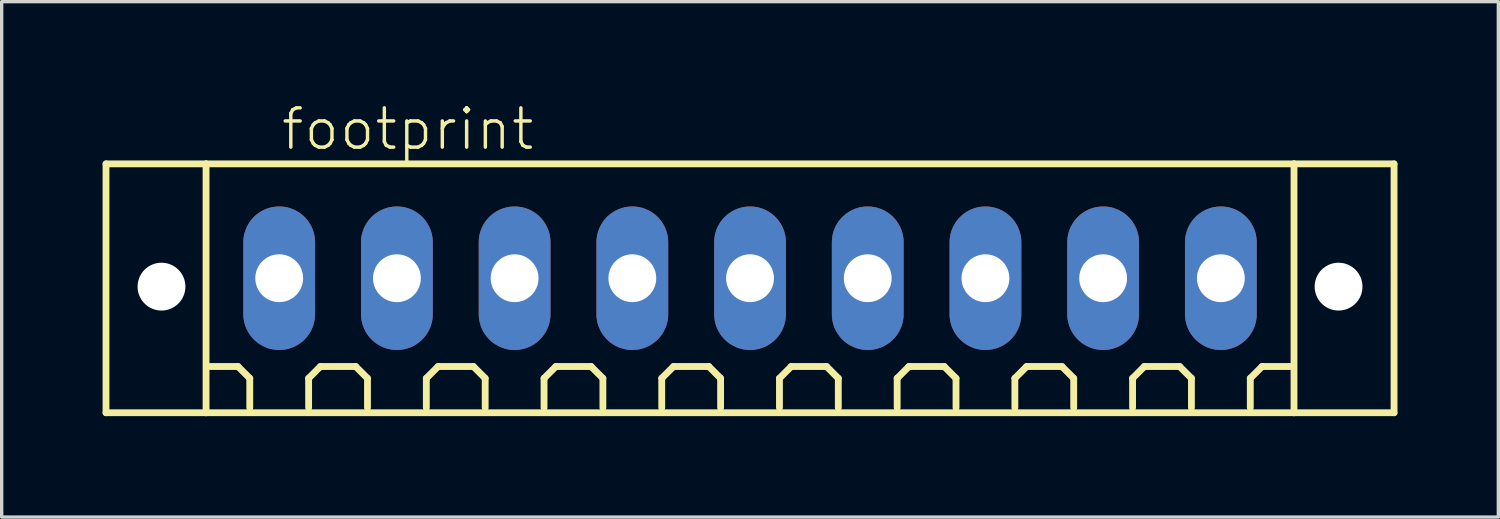
<source format=kicad_pcb>
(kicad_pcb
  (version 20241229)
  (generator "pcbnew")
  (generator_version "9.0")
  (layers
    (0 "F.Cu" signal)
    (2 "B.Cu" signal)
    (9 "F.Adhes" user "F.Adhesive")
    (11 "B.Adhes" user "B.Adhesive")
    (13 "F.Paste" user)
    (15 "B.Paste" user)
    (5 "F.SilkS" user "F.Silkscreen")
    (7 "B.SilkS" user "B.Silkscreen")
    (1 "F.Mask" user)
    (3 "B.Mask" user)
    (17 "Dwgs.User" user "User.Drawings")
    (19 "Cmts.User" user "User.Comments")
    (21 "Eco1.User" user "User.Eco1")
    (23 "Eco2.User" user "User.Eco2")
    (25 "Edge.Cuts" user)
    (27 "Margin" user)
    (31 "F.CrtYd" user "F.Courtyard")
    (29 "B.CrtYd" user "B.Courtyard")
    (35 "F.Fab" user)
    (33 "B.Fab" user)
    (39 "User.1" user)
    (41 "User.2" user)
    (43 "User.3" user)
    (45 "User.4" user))
  (footprint "footprint"
    (layer "F.Cu")
    (at 19.252 5.223)
    (property "Reference" "footprint" (at -14 -3.75 0) (layer "F.SilkS") (effects (font (size 1.168 1.168) (thickness 0.102)) (justify left bottom)))
    (fp_line (start -19.15 -3.4) (end -16.175 -3.4) (stroke (width 0.203) (type solid)) (layer "F.SilkS"))
    (fp_line (start -19.15 4) (end -19.15 -3.4) (stroke (width 0.203) (type solid)) (layer "F.SilkS"))
    (fp_line (start -16.175 -3.4) (end 16.175 -3.4) (stroke (width 0.203) (type solid)) (layer "F.SilkS"))
    (fp_line (start -16.175 4) (end -19.15 4) (stroke (width 0.203) (type solid)) (layer "F.SilkS"))
    (fp_line (start -16.175 4) (end -16.175 -3.4) (stroke (width 0.203) (type solid)) (layer "F.SilkS"))
    (fp_line (start -15.225 2.625) (end -16.1 2.625) (stroke (width 0.203) (type solid)) (layer "F.SilkS"))
    (fp_line (start -14.875 2.975) (end -15.225 2.625) (stroke (width 0.203) (type solid)) (layer "F.SilkS"))
    (fp_line (start -14.875 3.85) (end -14.875 2.975) (stroke (width 0.203) (type solid)) (layer "F.SilkS"))
    (fp_line (start -13.125 2.975) (end -12.775 2.625) (stroke (width 0.203) (type solid)) (layer "F.SilkS"))
    (fp_line (start -13.125 3.85) (end -13.125 2.975) (stroke (width 0.203) (type solid)) (layer "F.SilkS"))
    (fp_line (start -12.775 2.625) (end -11.725 2.625) (stroke (width 0.203) (type solid)) (layer "F.SilkS"))
    (fp_line (start -11.725 2.625) (end -11.375 2.975) (stroke (width 0.203) (type solid)) (layer "F.SilkS"))
    (fp_line (start -11.375 2.975) (end -11.375 3.85) (stroke (width 0.203) (type solid)) (layer "F.SilkS"))
    (fp_line (start -9.625 2.975) (end -9.275 2.625) (stroke (width 0.203) (type solid)) (layer "F.SilkS"))
    (fp_line (start -9.625 3.85) (end -9.625 2.975) (stroke (width 0.203) (type solid)) (layer "F.SilkS"))
    (fp_line (start -9.275 2.625) (end -8.225 2.625) (stroke (width 0.203) (type solid)) (layer "F.SilkS"))
    (fp_line (start -8.225 2.625) (end -7.875 2.975) (stroke (width 0.203) (type solid)) (layer "F.SilkS"))
    (fp_line (start -7.875 2.975) (end -7.875 3.85) (stroke (width 0.203) (type solid)) (layer "F.SilkS"))
    (fp_line (start -6.125 2.975) (end -5.775 2.625) (stroke (width 0.203) (type solid)) (layer "F.SilkS"))
    (fp_line (start -6.125 3.85) (end -6.125 2.975) (stroke (width 0.203) (type solid)) (layer "F.SilkS"))
    (fp_line (start -5.775 2.625) (end -4.725 2.625) (stroke (width 0.203) (type solid)) (layer "F.SilkS"))
    (fp_line (start -4.725 2.625) (end -4.375 2.975) (stroke (width 0.203) (type solid)) (layer "F.SilkS"))
    (fp_line (start -4.375 2.975) (end -4.375 3.85) (stroke (width 0.203) (type solid)) (layer "F.SilkS"))
    (fp_line (start -2.625 2.975) (end -2.275 2.625) (stroke (width 0.203) (type solid)) (layer "F.SilkS"))
    (fp_line (start -2.625 3.85) (end -2.625 2.975) (stroke (width 0.203) (type solid)) (layer "F.SilkS"))
    (fp_line (start -2.275 2.625) (end -1.225 2.625) (stroke (width 0.203) (type solid)) (layer "F.SilkS"))
    (fp_line (start -1.225 2.625) (end -0.875 2.975) (stroke (width 0.203) (type solid)) (layer "F.SilkS"))
    (fp_line (start -0.875 2.975) (end -0.875 3.85) (stroke (width 0.203) (type solid)) (layer "F.SilkS"))
    (fp_line (start 0.875 2.975) (end 1.225 2.625) (stroke (width 0.203) (type solid)) (layer "F.SilkS"))
    (fp_line (start 0.875 3.85) (end 0.875 2.975) (stroke (width 0.203) (type solid)) (layer "F.SilkS"))
    (fp_line (start 1.225 2.625) (end 2.275 2.625) (stroke (width 0.203) (type solid)) (layer "F.SilkS"))
    (fp_line (start 2.275 2.625) (end 2.625 2.975) (stroke (width 0.203) (type solid)) (layer "F.SilkS"))
    (fp_line (start 2.625 2.975) (end 2.625 3.85) (stroke (width 0.203) (type solid)) (layer "F.SilkS"))
    (fp_line (start 4.375 2.975) (end 4.725 2.625) (stroke (width 0.203) (type solid)) (layer "F.SilkS"))
    (fp_line (start 4.375 3.85) (end 4.375 2.975) (stroke (width 0.203) (type solid)) (layer "F.SilkS"))
    (fp_line (start 4.725 2.625) (end 5.775 2.625) (stroke (width 0.203) (type solid)) (layer "F.SilkS"))
    (fp_line (start 5.775 2.625) (end 6.125 2.975) (stroke (width 0.203) (type solid)) (layer "F.SilkS"))
    (fp_line (start 6.125 2.975) (end 6.125 3.85) (stroke (width 0.203) (type solid)) (layer "F.SilkS"))
    (fp_line (start 7.875 2.975) (end 8.225 2.625) (stroke (width 0.203) (type solid)) (layer "F.SilkS"))
    (fp_line (start 7.875 3.85) (end 7.875 2.975) (stroke (width 0.203) (type solid)) (layer "F.SilkS"))
    (fp_line (start 8.225 2.625) (end 9.275 2.625) (stroke (width 0.203) (type solid)) (layer "F.SilkS"))
    (fp_line (start 9.275 2.625) (end 9.625 2.975) (stroke (width 0.203) (type solid)) (layer "F.SilkS"))
    (fp_line (start 9.625 2.975) (end 9.625 3.85) (stroke (width 0.203) (type solid)) (layer "F.SilkS"))
    (fp_line (start 11.375 2.975) (end 11.725 2.625) (stroke (width 0.203) (type solid)) (layer "F.SilkS"))
    (fp_line (start 11.375 3.85) (end 11.375 2.975) (stroke (width 0.203) (type solid)) (layer "F.SilkS"))
    (fp_line (start 11.725 2.625) (end 12.775 2.625) (stroke (width 0.203) (type solid)) (layer "F.SilkS"))
    (fp_line (start 12.775 2.625) (end 13.125 2.975) (stroke (width 0.203) (type solid)) (layer "F.SilkS"))
    (fp_line (start 13.125 2.975) (end 13.125 3.85) (stroke (width 0.203) (type solid)) (layer "F.SilkS"))
    (fp_line (start 14.875 2.975) (end 15.225 2.625) (stroke (width 0.203) (type solid)) (layer "F.SilkS"))
    (fp_line (start 14.875 3.85) (end 14.875 2.975) (stroke (width 0.203) (type solid)) (layer "F.SilkS"))
    (fp_line (start 15.225 2.625) (end 16.1 2.625) (stroke (width 0.203) (type solid)) (layer "F.SilkS"))
    (fp_line (start 16.175 -3.4) (end 16.175 4) (stroke (width 0.203) (type solid)) (layer "F.SilkS"))
    (fp_line (start 16.175 -3.4) (end 19.15 -3.4) (stroke (width 0.203) (type solid)) (layer "F.SilkS"))
    (fp_line (start 16.175 4) (end -16.175 4) (stroke (width 0.203) (type solid)) (layer "F.SilkS"))
    (fp_line (start 19.15 -3.4) (end 19.15 4) (stroke (width 0.203) (type solid)) (layer "F.SilkS"))
    (fp_line (start 19.15 4) (end 16.175 4) (stroke (width 0.203) (type solid)) (layer "F.SilkS"))
    (pad "" np_thru_hole circle (at -17.5 0.25) (size 1.422 1.422) (drill 1.422) (layers "*.Cu" "*.Mask"))
    (pad "" np_thru_hole circle (at 17.5 0.25) (size 1.422 1.422) (drill 1.422) (layers "*.Cu" "*.Mask"))
    (pad "1" thru_hole oval (at -14 0 90) (size 4.267 2.134) (drill 1.422) (layers "*.Cu" "*.Mask"))
    (pad "2" thru_hole oval (at -10.5 0 90) (size 4.267 2.134) (drill 1.422) (layers "*.Cu" "*.Mask"))
    (pad "3" thru_hole oval (at -7 0 90) (size 4.267 2.134) (drill 1.422) (layers "*.Cu" "*.Mask"))
    (pad "4" thru_hole oval (at -3.5 0 90) (size 4.267 2.134) (drill 1.422) (layers "*.Cu" "*.Mask"))
    (pad "5" thru_hole oval (at 0 0 90) (size 4.267 2.134) (drill 1.422) (layers "*.Cu" "*.Mask"))
    (pad "6" thru_hole oval (at 3.5 0 90) (size 4.267 2.134) (drill 1.422) (layers "*.Cu" "*.Mask"))
    (pad "7" thru_hole oval (at 7 0 90) (size 4.267 2.134) (drill 1.422) (layers "*.Cu" "*.Mask"))
    (pad "8" thru_hole oval (at 10.5 0 90) (size 4.267 2.134) (drill 1.422) (layers "*.Cu" "*.Mask"))
    (pad "9" thru_hole oval (at 14 0 90) (size 4.267 2.134) (drill 1.422) (layers "*.Cu" "*.Mask")))
  (gr_rect
    (start -3 -3)
    (end 41.503 12.325)
    (stroke (width 0.1) (type default))
    (fill no)
    (layer "Edge.Cuts")))
</source>
